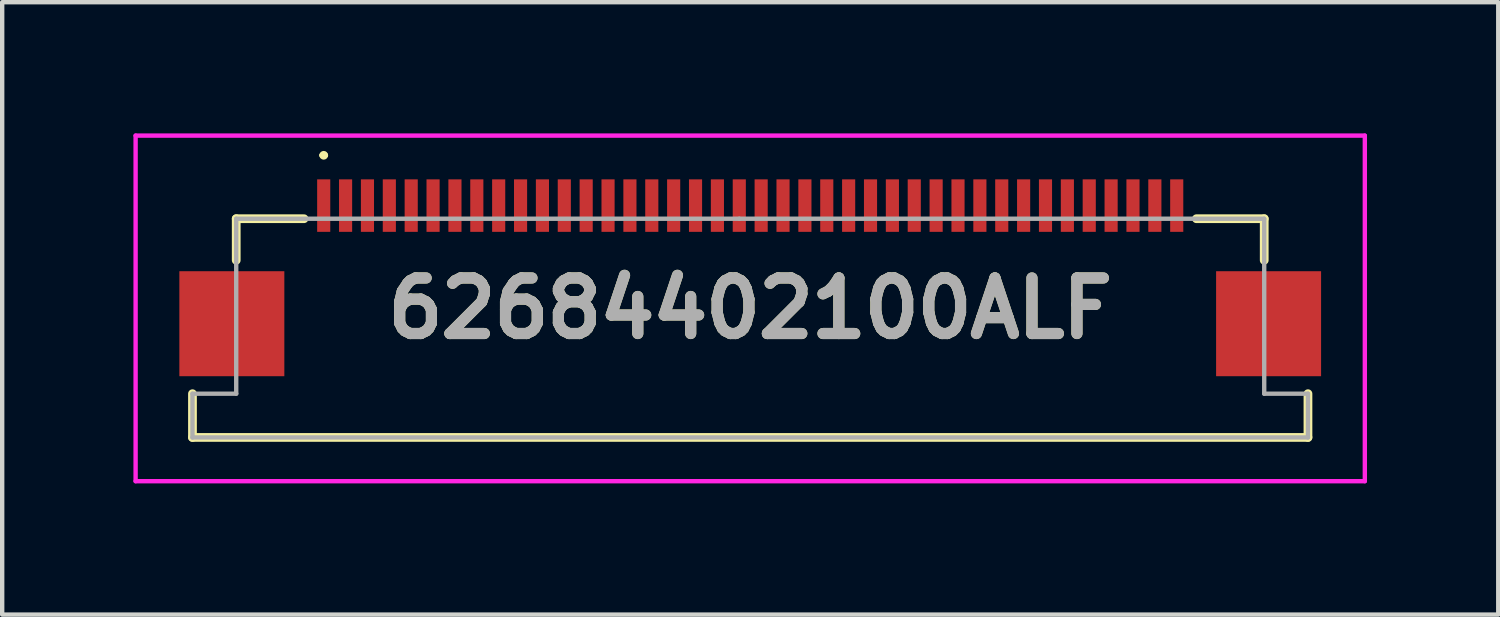
<source format=kicad_pcb>
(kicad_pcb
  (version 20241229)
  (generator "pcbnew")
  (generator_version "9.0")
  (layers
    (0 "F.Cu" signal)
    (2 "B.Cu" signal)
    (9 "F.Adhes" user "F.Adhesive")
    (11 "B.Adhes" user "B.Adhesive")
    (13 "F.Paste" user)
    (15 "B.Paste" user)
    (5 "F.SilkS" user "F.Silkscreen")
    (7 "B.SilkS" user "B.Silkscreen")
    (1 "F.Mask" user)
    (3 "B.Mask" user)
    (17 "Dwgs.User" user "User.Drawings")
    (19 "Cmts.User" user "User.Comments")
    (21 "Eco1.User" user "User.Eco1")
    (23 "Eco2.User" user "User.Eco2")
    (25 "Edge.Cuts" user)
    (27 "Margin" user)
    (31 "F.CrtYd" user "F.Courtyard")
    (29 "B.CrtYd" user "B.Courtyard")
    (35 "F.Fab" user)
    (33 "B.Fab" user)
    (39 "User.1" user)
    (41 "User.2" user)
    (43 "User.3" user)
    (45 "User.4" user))
  (footprint "62684402100ALF"
    (layer "F.Cu")
    (at 14.1 4.3)
    (property "Reference" "62684402100ALF" (at 0 -0.3 0) (layer "F.SilkS") (effects (font (size 1.27 1.27) (thickness 0.254))))
    (attr smd)
    (fp_line (start -12.75 1.65) (end -12.75 2.65) (stroke (width 0.2) (type solid)) (layer "F.SilkS"))
    (fp_line (start -12.75 2.65) (end 12.75 2.65) (stroke (width 0.2) (type solid)) (layer "F.SilkS"))
    (fp_line (start -11.75 -2.35) (end -11.75 -1.4) (stroke (width 0.2) (type solid)) (layer "F.SilkS"))
    (fp_line (start -10.2 -2.35) (end -11.75 -2.35) (stroke (width 0.2) (type solid)) (layer "F.SilkS"))
    (fp_line (start -9.8 -3.8) (end -9.8 -3.8) (stroke (width 0.1) (type solid)) (layer "F.SilkS"))
    (fp_line (start -9.7 -3.8) (end -9.7 -3.8) (stroke (width 0.1) (type solid)) (layer "F.SilkS"))
    (fp_line (start 10.2 -2.35) (end 11.75 -2.35) (stroke (width 0.2) (type solid)) (layer "F.SilkS"))
    (fp_line (start 11.75 -2.35) (end 11.75 -1.4) (stroke (width 0.2) (type solid)) (layer "F.SilkS"))
    (fp_line (start 12.75 2.65) (end 12.75 1.65) (stroke (width 0.2) (type solid)) (layer "F.SilkS"))
    (fp_arc (start -9.8 -3.8) (mid -9.75 -3.85) (end -9.7 -3.8) (stroke (width 0.1) (type solid)) (layer "F.SilkS"))
    (fp_arc (start -9.7 -3.8) (mid -9.75 -3.75) (end -9.8 -3.8) (stroke (width 0.1) (type solid)) (layer "F.SilkS"))
    (fp_line (start -14.05 -4.25) (end 14.05 -4.25) (stroke (width 0.1) (type solid)) (layer "F.CrtYd"))
    (fp_line (start -14.05 3.65) (end -14.05 -4.25) (stroke (width 0.1) (type solid)) (layer "F.CrtYd"))
    (fp_line (start 14.05 -4.25) (end 14.05 3.65) (stroke (width 0.1) (type solid)) (layer "F.CrtYd"))
    (fp_line (start 14.05 3.65) (end -14.05 3.65) (stroke (width 0.1) (type solid)) (layer "F.CrtYd"))
    (fp_line (start -12.75 1.65) (end -12.75 2.65) (stroke (width 0.1) (type solid)) (layer "F.Fab"))
    (fp_line (start -12.75 2.65) (end 12.75 2.65) (stroke (width 0.1) (type solid)) (layer "F.Fab"))
    (fp_line (start -11.75 -2.35) (end -11.75 1.65) (stroke (width 0.1) (type solid)) (layer "F.Fab"))
    (fp_line (start -11.75 1.65) (end -12.75 1.65) (stroke (width 0.1) (type solid)) (layer "F.Fab"))
    (fp_line (start -0.25 -2.35) (end -11.75 -2.35) (stroke (width 0.1) (type solid)) (layer "F.Fab"))
    (fp_line (start 11.75 -2.35) (end -0.25 -2.35) (stroke (width 0.1) (type solid)) (layer "F.Fab"))
    (fp_line (start 11.75 1.65) (end 11.75 -2.35) (stroke (width 0.1) (type solid)) (layer "F.Fab"))
    (fp_line (start 12.75 1.65) (end 11.75 1.65) (stroke (width 0.1) (type solid)) (layer "F.Fab"))
    (fp_line (start 12.75 2.65) (end 12.75 1.65) (stroke (width 0.1) (type solid)) (layer "F.Fab"))
    (fp_text user "${REFERENCE}" (at 0 -0.3 0) (layer "F.Fab") (effects (font (size 1.27 1.27) (thickness 0.254))))
    (pad "1" smd rect (at -9.75 -2.65) (size 0.3 1.2) (layers "F.Cu" "F.Mask" "F.Paste"))
    (pad "2" smd rect (at -9.25 -2.65) (size 0.3 1.2) (layers "F.Cu" "F.Mask" "F.Paste"))
    (pad "3" smd rect (at -8.75 -2.65) (size 0.3 1.2) (layers "F.Cu" "F.Mask" "F.Paste"))
    (pad "4" smd rect (at -8.25 -2.65) (size 0.3 1.2) (layers "F.Cu" "F.Mask" "F.Paste"))
    (pad "5" smd rect (at -7.75 -2.65) (size 0.3 1.2) (layers "F.Cu" "F.Mask" "F.Paste"))
    (pad "6" smd rect (at -7.25 -2.65) (size 0.3 1.2) (layers "F.Cu" "F.Mask" "F.Paste"))
    (pad "7" smd rect (at -6.75 -2.65) (size 0.3 1.2) (layers "F.Cu" "F.Mask" "F.Paste"))
    (pad "8" smd rect (at -6.25 -2.65) (size 0.3 1.2) (layers "F.Cu" "F.Mask" "F.Paste"))
    (pad "9" smd rect (at -5.75 -2.65) (size 0.3 1.2) (layers "F.Cu" "F.Mask" "F.Paste"))
    (pad "10" smd rect (at -5.25 -2.65) (size 0.3 1.2) (layers "F.Cu" "F.Mask" "F.Paste"))
    (pad "11" smd rect (at -4.75 -2.65) (size 0.3 1.2) (layers "F.Cu" "F.Mask" "F.Paste"))
    (pad "12" smd rect (at -4.25 -2.65) (size 0.3 1.2) (layers "F.Cu" "F.Mask" "F.Paste"))
    (pad "13" smd rect (at -3.75 -2.65) (size 0.3 1.2) (layers "F.Cu" "F.Mask" "F.Paste"))
    (pad "14" smd rect (at -3.25 -2.65) (size 0.3 1.2) (layers "F.Cu" "F.Mask" "F.Paste"))
    (pad "15" smd rect (at -2.75 -2.65) (size 0.3 1.2) (layers "F.Cu" "F.Mask" "F.Paste"))
    (pad "16" smd rect (at -2.25 -2.65) (size 0.3 1.2) (layers "F.Cu" "F.Mask" "F.Paste"))
    (pad "17" smd rect (at -1.75 -2.65) (size 0.3 1.2) (layers "F.Cu" "F.Mask" "F.Paste"))
    (pad "18" smd rect (at -1.25 -2.65) (size 0.3 1.2) (layers "F.Cu" "F.Mask" "F.Paste"))
    (pad "19" smd rect (at -0.75 -2.65) (size 0.3 1.2) (layers "F.Cu" "F.Mask" "F.Paste"))
    (pad "20" smd rect (at -0.25 -2.65) (size 0.3 1.2) (layers "F.Cu" "F.Mask" "F.Paste"))
    (pad "21" smd rect (at 0.25 -2.65) (size 0.3 1.2) (layers "F.Cu" "F.Mask" "F.Paste"))
    (pad "22" smd rect (at 0.75 -2.65) (size 0.3 1.2) (layers "F.Cu" "F.Mask" "F.Paste"))
    (pad "23" smd rect (at 1.25 -2.65) (size 0.3 1.2) (layers "F.Cu" "F.Mask" "F.Paste"))
    (pad "24" smd rect (at 1.75 -2.65) (size 0.3 1.2) (layers "F.Cu" "F.Mask" "F.Paste"))
    (pad "25" smd rect (at 2.25 -2.65) (size 0.3 1.2) (layers "F.Cu" "F.Mask" "F.Paste"))
    (pad "26" smd rect (at 2.75 -2.65) (size 0.3 1.2) (layers "F.Cu" "F.Mask" "F.Paste"))
    (pad "27" smd rect (at 3.25 -2.65) (size 0.3 1.2) (layers "F.Cu" "F.Mask" "F.Paste"))
    (pad "28" smd rect (at 3.75 -2.65) (size 0.3 1.2) (layers "F.Cu" "F.Mask" "F.Paste"))
    (pad "29" smd rect (at 4.25 -2.65) (size 0.3 1.2) (layers "F.Cu" "F.Mask" "F.Paste"))
    (pad "30" smd rect (at 4.75 -2.65) (size 0.3 1.2) (layers "F.Cu" "F.Mask" "F.Paste"))
    (pad "31" smd rect (at 5.25 -2.65) (size 0.3 1.2) (layers "F.Cu" "F.Mask" "F.Paste"))
    (pad "32" smd rect (at 5.75 -2.65) (size 0.3 1.2) (layers "F.Cu" "F.Mask" "F.Paste"))
    (pad "33" smd rect (at 6.25 -2.65) (size 0.3 1.2) (layers "F.Cu" "F.Mask" "F.Paste"))
    (pad "34" smd rect (at 6.75 -2.65) (size 0.3 1.2) (layers "F.Cu" "F.Mask" "F.Paste"))
    (pad "35" smd rect (at 7.25 -2.65) (size 0.3 1.2) (layers "F.Cu" "F.Mask" "F.Paste"))
    (pad "36" smd rect (at 7.75 -2.65) (size 0.3 1.2) (layers "F.Cu" "F.Mask" "F.Paste"))
    (pad "37" smd rect (at 8.25 -2.65) (size 0.3 1.2) (layers "F.Cu" "F.Mask" "F.Paste"))
    (pad "38" smd rect (at 8.75 -2.65) (size 0.3 1.2) (layers "F.Cu" "F.Mask" "F.Paste"))
    (pad "39" smd rect (at 9.25 -2.65) (size 0.3 1.2) (layers "F.Cu" "F.Mask" "F.Paste"))
    (pad "40" smd rect (at 9.75 -2.65) (size 0.3 1.2) (layers "F.Cu" "F.Mask" "F.Paste"))
    (pad "MH1" smd rect (at -11.85 0.05) (size 2.4 2.4) (layers "F.Cu" "F.Mask" "F.Paste"))
    (pad "MH2" smd rect (at 11.85 0.05) (size 2.4 2.4) (layers "F.Cu" "F.Mask" "F.Paste")))
  (gr_rect
    (start -3 -3)
    (end 31.2 11)
    (stroke (width 0.1) (type default))
    (fill no)
    (layer "Edge.Cuts")))
</source>
